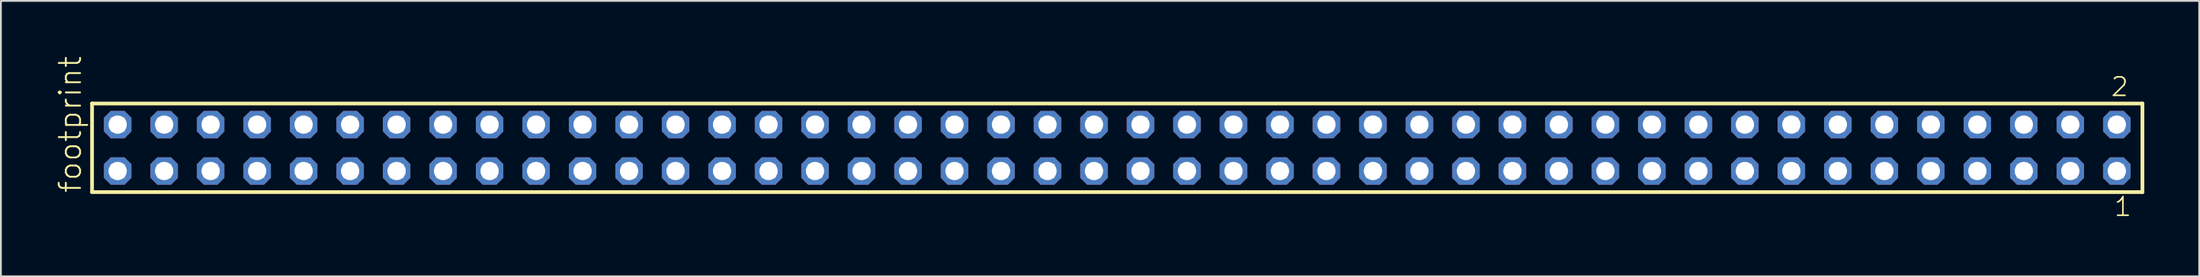
<source format=kicad_pcb>
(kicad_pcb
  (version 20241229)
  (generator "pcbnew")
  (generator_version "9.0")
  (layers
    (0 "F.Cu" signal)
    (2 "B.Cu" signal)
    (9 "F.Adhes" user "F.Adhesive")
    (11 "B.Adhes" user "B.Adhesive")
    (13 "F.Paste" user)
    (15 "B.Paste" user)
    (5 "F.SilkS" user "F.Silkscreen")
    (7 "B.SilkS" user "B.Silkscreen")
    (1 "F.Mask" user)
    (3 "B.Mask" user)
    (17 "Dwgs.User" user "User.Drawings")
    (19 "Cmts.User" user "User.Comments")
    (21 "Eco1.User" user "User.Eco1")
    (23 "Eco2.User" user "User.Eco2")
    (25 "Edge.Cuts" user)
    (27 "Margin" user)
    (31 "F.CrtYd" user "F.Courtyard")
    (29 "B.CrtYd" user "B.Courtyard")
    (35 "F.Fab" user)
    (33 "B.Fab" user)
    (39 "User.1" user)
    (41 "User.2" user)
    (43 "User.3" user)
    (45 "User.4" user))
  (footprint "footprint"
    (layer "F.Cu")
    (at 57.988 5.042)
    (property "Reference" "footprint" (at -56.515 2.54 90) (layer "F.SilkS") (effects (font (size 1.168 1.168) (thickness 0.102)) (justify left bottom)))
    (fp_line (start -56.009 -2.425) (end 56.009 -2.425) (stroke (width 0.203) (type solid)) (layer "F.SilkS"))
    (fp_line (start -56.009 2.425) (end -56.009 -2.425) (stroke (width 0.203) (type solid)) (layer "F.SilkS"))
    (fp_line (start 56.009 -2.425) (end 56.009 2.425) (stroke (width 0.203) (type solid)) (layer "F.SilkS"))
    (fp_line (start 56.009 2.425) (end -56.009 2.425) (stroke (width 0.203) (type solid)) (layer "F.SilkS"))
    (fp_poly (pts (xy -54.96 -0.92) (xy -54.26 -0.92) (xy -54.26 -1.62) (xy -54.96 -1.62)) (stroke (width 0.1) (type solid)) (fill no) (layer "F.Fab"))
    (fp_poly (pts (xy -54.96 1.62) (xy -54.26 1.62) (xy -54.26 0.92) (xy -54.96 0.92)) (stroke (width 0.1) (type solid)) (fill no) (layer "F.Fab"))
    (fp_poly (pts (xy -52.42 -0.92) (xy -51.72 -0.92) (xy -51.72 -1.62) (xy -52.42 -1.62)) (stroke (width 0.1) (type solid)) (fill no) (layer "F.Fab"))
    (fp_poly (pts (xy -52.42 1.62) (xy -51.72 1.62) (xy -51.72 0.92) (xy -52.42 0.92)) (stroke (width 0.1) (type solid)) (fill no) (layer "F.Fab"))
    (fp_poly (pts (xy -49.88 -0.92) (xy -49.18 -0.92) (xy -49.18 -1.62) (xy -49.88 -1.62)) (stroke (width 0.1) (type solid)) (fill no) (layer "F.Fab"))
    (fp_poly (pts (xy -49.88 1.62) (xy -49.18 1.62) (xy -49.18 0.92) (xy -49.88 0.92)) (stroke (width 0.1) (type solid)) (fill no) (layer "F.Fab"))
    (fp_poly (pts (xy -47.34 -0.92) (xy -46.64 -0.92) (xy -46.64 -1.62) (xy -47.34 -1.62)) (stroke (width 0.1) (type solid)) (fill no) (layer "F.Fab"))
    (fp_poly (pts (xy -47.34 1.62) (xy -46.64 1.62) (xy -46.64 0.92) (xy -47.34 0.92)) (stroke (width 0.1) (type solid)) (fill no) (layer "F.Fab"))
    (fp_poly (pts (xy -44.8 -0.92) (xy -44.1 -0.92) (xy -44.1 -1.62) (xy -44.8 -1.62)) (stroke (width 0.1) (type solid)) (fill no) (layer "F.Fab"))
    (fp_poly (pts (xy -44.8 1.62) (xy -44.1 1.62) (xy -44.1 0.92) (xy -44.8 0.92)) (stroke (width 0.1) (type solid)) (fill no) (layer "F.Fab"))
    (fp_poly (pts (xy -42.26 -0.92) (xy -41.56 -0.92) (xy -41.56 -1.62) (xy -42.26 -1.62)) (stroke (width 0.1) (type solid)) (fill no) (layer "F.Fab"))
    (fp_poly (pts (xy -42.26 1.62) (xy -41.56 1.62) (xy -41.56 0.92) (xy -42.26 0.92)) (stroke (width 0.1) (type solid)) (fill no) (layer "F.Fab"))
    (fp_poly (pts (xy -39.72 -0.92) (xy -39.02 -0.92) (xy -39.02 -1.62) (xy -39.72 -1.62)) (stroke (width 0.1) (type solid)) (fill no) (layer "F.Fab"))
    (fp_poly (pts (xy -39.72 1.62) (xy -39.02 1.62) (xy -39.02 0.92) (xy -39.72 0.92)) (stroke (width 0.1) (type solid)) (fill no) (layer "F.Fab"))
    (fp_poly (pts (xy -37.18 -0.92) (xy -36.48 -0.92) (xy -36.48 -1.62) (xy -37.18 -1.62)) (stroke (width 0.1) (type solid)) (fill no) (layer "F.Fab"))
    (fp_poly (pts (xy -37.18 1.62) (xy -36.48 1.62) (xy -36.48 0.92) (xy -37.18 0.92)) (stroke (width 0.1) (type solid)) (fill no) (layer "F.Fab"))
    (fp_poly (pts (xy -34.64 -0.92) (xy -33.94 -0.92) (xy -33.94 -1.62) (xy -34.64 -1.62)) (stroke (width 0.1) (type solid)) (fill no) (layer "F.Fab"))
    (fp_poly (pts (xy -34.64 1.62) (xy -33.94 1.62) (xy -33.94 0.92) (xy -34.64 0.92)) (stroke (width 0.1) (type solid)) (fill no) (layer "F.Fab"))
    (fp_poly (pts (xy -32.1 -0.92) (xy -31.4 -0.92) (xy -31.4 -1.62) (xy -32.1 -1.62)) (stroke (width 0.1) (type solid)) (fill no) (layer "F.Fab"))
    (fp_poly (pts (xy -32.1 1.62) (xy -31.4 1.62) (xy -31.4 0.92) (xy -32.1 0.92)) (stroke (width 0.1) (type solid)) (fill no) (layer "F.Fab"))
    (fp_poly (pts (xy -29.56 -0.92) (xy -28.86 -0.92) (xy -28.86 -1.62) (xy -29.56 -1.62)) (stroke (width 0.1) (type solid)) (fill no) (layer "F.Fab"))
    (fp_poly (pts (xy -29.56 1.62) (xy -28.86 1.62) (xy -28.86 0.92) (xy -29.56 0.92)) (stroke (width 0.1) (type solid)) (fill no) (layer "F.Fab"))
    (fp_poly (pts (xy -27.02 -0.92) (xy -26.32 -0.92) (xy -26.32 -1.62) (xy -27.02 -1.62)) (stroke (width 0.1) (type solid)) (fill no) (layer "F.Fab"))
    (fp_poly (pts (xy -27.02 1.62) (xy -26.32 1.62) (xy -26.32 0.92) (xy -27.02 0.92)) (stroke (width 0.1) (type solid)) (fill no) (layer "F.Fab"))
    (fp_poly (pts (xy -24.48 -0.92) (xy -23.78 -0.92) (xy -23.78 -1.62) (xy -24.48 -1.62)) (stroke (width 0.1) (type solid)) (fill no) (layer "F.Fab"))
    (fp_poly (pts (xy -24.48 1.62) (xy -23.78 1.62) (xy -23.78 0.92) (xy -24.48 0.92)) (stroke (width 0.1) (type solid)) (fill no) (layer "F.Fab"))
    (fp_poly (pts (xy -21.94 -0.92) (xy -21.24 -0.92) (xy -21.24 -1.62) (xy -21.94 -1.62)) (stroke (width 0.1) (type solid)) (fill no) (layer "F.Fab"))
    (fp_poly (pts (xy -21.94 1.62) (xy -21.24 1.62) (xy -21.24 0.92) (xy -21.94 0.92)) (stroke (width 0.1) (type solid)) (fill no) (layer "F.Fab"))
    (fp_poly (pts (xy -19.4 -0.92) (xy -18.7 -0.92) (xy -18.7 -1.62) (xy -19.4 -1.62)) (stroke (width 0.1) (type solid)) (fill no) (layer "F.Fab"))
    (fp_poly (pts (xy -19.4 1.62) (xy -18.7 1.62) (xy -18.7 0.92) (xy -19.4 0.92)) (stroke (width 0.1) (type solid)) (fill no) (layer "F.Fab"))
    (fp_poly (pts (xy -16.86 -0.92) (xy -16.16 -0.92) (xy -16.16 -1.62) (xy -16.86 -1.62)) (stroke (width 0.1) (type solid)) (fill no) (layer "F.Fab"))
    (fp_poly (pts (xy -16.86 1.62) (xy -16.16 1.62) (xy -16.16 0.92) (xy -16.86 0.92)) (stroke (width 0.1) (type solid)) (fill no) (layer "F.Fab"))
    (fp_poly (pts (xy -14.32 -0.92) (xy -13.62 -0.92) (xy -13.62 -1.62) (xy -14.32 -1.62)) (stroke (width 0.1) (type solid)) (fill no) (layer "F.Fab"))
    (fp_poly (pts (xy -14.32 1.62) (xy -13.62 1.62) (xy -13.62 0.92) (xy -14.32 0.92)) (stroke (width 0.1) (type solid)) (fill no) (layer "F.Fab"))
    (fp_poly (pts (xy -11.78 -0.92) (xy -11.08 -0.92) (xy -11.08 -1.62) (xy -11.78 -1.62)) (stroke (width 0.1) (type solid)) (fill no) (layer "F.Fab"))
    (fp_poly (pts (xy -11.78 1.62) (xy -11.08 1.62) (xy -11.08 0.92) (xy -11.78 0.92)) (stroke (width 0.1) (type solid)) (fill no) (layer "F.Fab"))
    (fp_poly (pts (xy -9.24 -0.92) (xy -8.54 -0.92) (xy -8.54 -1.62) (xy -9.24 -1.62)) (stroke (width 0.1) (type solid)) (fill no) (layer "F.Fab"))
    (fp_poly (pts (xy -9.24 1.62) (xy -8.54 1.62) (xy -8.54 0.92) (xy -9.24 0.92)) (stroke (width 0.1) (type solid)) (fill no) (layer "F.Fab"))
    (fp_poly (pts (xy -6.7 -0.92) (xy -6 -0.92) (xy -6 -1.62) (xy -6.7 -1.62)) (stroke (width 0.1) (type solid)) (fill no) (layer "F.Fab"))
    (fp_poly (pts (xy -6.7 1.62) (xy -6 1.62) (xy -6 0.92) (xy -6.7 0.92)) (stroke (width 0.1) (type solid)) (fill no) (layer "F.Fab"))
    (fp_poly (pts (xy -4.16 -0.92) (xy -3.46 -0.92) (xy -3.46 -1.62) (xy -4.16 -1.62)) (stroke (width 0.1) (type solid)) (fill no) (layer "F.Fab"))
    (fp_poly (pts (xy -4.16 1.62) (xy -3.46 1.62) (xy -3.46 0.92) (xy -4.16 0.92)) (stroke (width 0.1) (type solid)) (fill no) (layer "F.Fab"))
    (fp_poly (pts (xy -1.62 -0.92) (xy -0.92 -0.92) (xy -0.92 -1.62) (xy -1.62 -1.62)) (stroke (width 0.1) (type solid)) (fill no) (layer "F.Fab"))
    (fp_poly (pts (xy -1.62 1.62) (xy -0.92 1.62) (xy -0.92 0.92) (xy -1.62 0.92)) (stroke (width 0.1) (type solid)) (fill no) (layer "F.Fab"))
    (fp_poly (pts (xy 0.92 -0.92) (xy 1.62 -0.92) (xy 1.62 -1.62) (xy 0.92 -1.62)) (stroke (width 0.1) (type solid)) (fill no) (layer "F.Fab"))
    (fp_poly (pts (xy 0.92 1.62) (xy 1.62 1.62) (xy 1.62 0.92) (xy 0.92 0.92)) (stroke (width 0.1) (type solid)) (fill no) (layer "F.Fab"))
    (fp_poly (pts (xy 3.46 -0.92) (xy 4.16 -0.92) (xy 4.16 -1.62) (xy 3.46 -1.62)) (stroke (width 0.1) (type solid)) (fill no) (layer "F.Fab"))
    (fp_poly (pts (xy 3.46 1.62) (xy 4.16 1.62) (xy 4.16 0.92) (xy 3.46 0.92)) (stroke (width 0.1) (type solid)) (fill no) (layer "F.Fab"))
    (fp_poly (pts (xy 6 -0.92) (xy 6.7 -0.92) (xy 6.7 -1.62) (xy 6 -1.62)) (stroke (width 0.1) (type solid)) (fill no) (layer "F.Fab"))
    (fp_poly (pts (xy 6 1.62) (xy 6.7 1.62) (xy 6.7 0.92) (xy 6 0.92)) (stroke (width 0.1) (type solid)) (fill no) (layer "F.Fab"))
    (fp_poly (pts (xy 8.54 -0.92) (xy 9.24 -0.92) (xy 9.24 -1.62) (xy 8.54 -1.62)) (stroke (width 0.1) (type solid)) (fill no) (layer "F.Fab"))
    (fp_poly (pts (xy 8.54 1.62) (xy 9.24 1.62) (xy 9.24 0.92) (xy 8.54 0.92)) (stroke (width 0.1) (type solid)) (fill no) (layer "F.Fab"))
    (fp_poly (pts (xy 11.08 -0.92) (xy 11.78 -0.92) (xy 11.78 -1.62) (xy 11.08 -1.62)) (stroke (width 0.1) (type solid)) (fill no) (layer "F.Fab"))
    (fp_poly (pts (xy 11.08 1.62) (xy 11.78 1.62) (xy 11.78 0.92) (xy 11.08 0.92)) (stroke (width 0.1) (type solid)) (fill no) (layer "F.Fab"))
    (fp_poly (pts (xy 13.62 -0.92) (xy 14.32 -0.92) (xy 14.32 -1.62) (xy 13.62 -1.62)) (stroke (width 0.1) (type solid)) (fill no) (layer "F.Fab"))
    (fp_poly (pts (xy 13.62 1.62) (xy 14.32 1.62) (xy 14.32 0.92) (xy 13.62 0.92)) (stroke (width 0.1) (type solid)) (fill no) (layer "F.Fab"))
    (fp_poly (pts (xy 16.16 -0.92) (xy 16.86 -0.92) (xy 16.86 -1.62) (xy 16.16 -1.62)) (stroke (width 0.1) (type solid)) (fill no) (layer "F.Fab"))
    (fp_poly (pts (xy 16.16 1.62) (xy 16.86 1.62) (xy 16.86 0.92) (xy 16.16 0.92)) (stroke (width 0.1) (type solid)) (fill no) (layer "F.Fab"))
    (fp_poly (pts (xy 18.7 -0.92) (xy 19.4 -0.92) (xy 19.4 -1.62) (xy 18.7 -1.62)) (stroke (width 0.1) (type solid)) (fill no) (layer "F.Fab"))
    (fp_poly (pts (xy 18.7 1.62) (xy 19.4 1.62) (xy 19.4 0.92) (xy 18.7 0.92)) (stroke (width 0.1) (type solid)) (fill no) (layer "F.Fab"))
    (fp_poly (pts (xy 21.24 -0.92) (xy 21.94 -0.92) (xy 21.94 -1.62) (xy 21.24 -1.62)) (stroke (width 0.1) (type solid)) (fill no) (layer "F.Fab"))
    (fp_poly (pts (xy 21.24 1.62) (xy 21.94 1.62) (xy 21.94 0.92) (xy 21.24 0.92)) (stroke (width 0.1) (type solid)) (fill no) (layer "F.Fab"))
    (fp_poly (pts (xy 23.78 -0.92) (xy 24.48 -0.92) (xy 24.48 -1.62) (xy 23.78 -1.62)) (stroke (width 0.1) (type solid)) (fill no) (layer "F.Fab"))
    (fp_poly (pts (xy 23.78 1.62) (xy 24.48 1.62) (xy 24.48 0.92) (xy 23.78 0.92)) (stroke (width 0.1) (type solid)) (fill no) (layer "F.Fab"))
    (fp_poly (pts (xy 26.32 -0.92) (xy 27.02 -0.92) (xy 27.02 -1.62) (xy 26.32 -1.62)) (stroke (width 0.1) (type solid)) (fill no) (layer "F.Fab"))
    (fp_poly (pts (xy 26.32 1.62) (xy 27.02 1.62) (xy 27.02 0.92) (xy 26.32 0.92)) (stroke (width 0.1) (type solid)) (fill no) (layer "F.Fab"))
    (fp_poly (pts (xy 28.86 -0.92) (xy 29.56 -0.92) (xy 29.56 -1.62) (xy 28.86 -1.62)) (stroke (width 0.1) (type solid)) (fill no) (layer "F.Fab"))
    (fp_poly (pts (xy 28.86 1.62) (xy 29.56 1.62) (xy 29.56 0.92) (xy 28.86 0.92)) (stroke (width 0.1) (type solid)) (fill no) (layer "F.Fab"))
    (fp_poly (pts (xy 31.4 -0.92) (xy 32.1 -0.92) (xy 32.1 -1.62) (xy 31.4 -1.62)) (stroke (width 0.1) (type solid)) (fill no) (layer "F.Fab"))
    (fp_poly (pts (xy 31.4 1.62) (xy 32.1 1.62) (xy 32.1 0.92) (xy 31.4 0.92)) (stroke (width 0.1) (type solid)) (fill no) (layer "F.Fab"))
    (fp_poly (pts (xy 33.94 -0.92) (xy 34.64 -0.92) (xy 34.64 -1.62) (xy 33.94 -1.62)) (stroke (width 0.1) (type solid)) (fill no) (layer "F.Fab"))
    (fp_poly (pts (xy 33.94 1.62) (xy 34.64 1.62) (xy 34.64 0.92) (xy 33.94 0.92)) (stroke (width 0.1) (type solid)) (fill no) (layer "F.Fab"))
    (fp_poly (pts (xy 36.48 -0.92) (xy 37.18 -0.92) (xy 37.18 -1.62) (xy 36.48 -1.62)) (stroke (width 0.1) (type solid)) (fill no) (layer "F.Fab"))
    (fp_poly (pts (xy 36.48 1.62) (xy 37.18 1.62) (xy 37.18 0.92) (xy 36.48 0.92)) (stroke (width 0.1) (type solid)) (fill no) (layer "F.Fab"))
    (fp_poly (pts (xy 39.02 -0.92) (xy 39.72 -0.92) (xy 39.72 -1.62) (xy 39.02 -1.62)) (stroke (width 0.1) (type solid)) (fill no) (layer "F.Fab"))
    (fp_poly (pts (xy 39.02 1.62) (xy 39.72 1.62) (xy 39.72 0.92) (xy 39.02 0.92)) (stroke (width 0.1) (type solid)) (fill no) (layer "F.Fab"))
    (fp_poly (pts (xy 41.56 -0.92) (xy 42.26 -0.92) (xy 42.26 -1.62) (xy 41.56 -1.62)) (stroke (width 0.1) (type solid)) (fill no) (layer "F.Fab"))
    (fp_poly (pts (xy 41.56 1.62) (xy 42.26 1.62) (xy 42.26 0.92) (xy 41.56 0.92)) (stroke (width 0.1) (type solid)) (fill no) (layer "F.Fab"))
    (fp_poly (pts (xy 44.1 -0.92) (xy 44.8 -0.92) (xy 44.8 -1.62) (xy 44.1 -1.62)) (stroke (width 0.1) (type solid)) (fill no) (layer "F.Fab"))
    (fp_poly (pts (xy 44.1 1.62) (xy 44.8 1.62) (xy 44.8 0.92) (xy 44.1 0.92)) (stroke (width 0.1) (type solid)) (fill no) (layer "F.Fab"))
    (fp_poly (pts (xy 46.64 -0.92) (xy 47.34 -0.92) (xy 47.34 -1.62) (xy 46.64 -1.62)) (stroke (width 0.1) (type solid)) (fill no) (layer "F.Fab"))
    (fp_poly (pts (xy 46.64 1.62) (xy 47.34 1.62) (xy 47.34 0.92) (xy 46.64 0.92)) (stroke (width 0.1) (type solid)) (fill no) (layer "F.Fab"))
    (fp_poly (pts (xy 49.18 -0.92) (xy 49.88 -0.92) (xy 49.88 -1.62) (xy 49.18 -1.62)) (stroke (width 0.1) (type solid)) (fill no) (layer "F.Fab"))
    (fp_poly (pts (xy 49.18 1.62) (xy 49.88 1.62) (xy 49.88 0.92) (xy 49.18 0.92)) (stroke (width 0.1) (type solid)) (fill no) (layer "F.Fab"))
    (fp_poly (pts (xy 51.72 -0.92) (xy 52.42 -0.92) (xy 52.42 -1.62) (xy 51.72 -1.62)) (stroke (width 0.1) (type solid)) (fill no) (layer "F.Fab"))
    (fp_poly (pts (xy 51.72 1.62) (xy 52.42 1.62) (xy 52.42 0.92) (xy 51.72 0.92)) (stroke (width 0.1) (type solid)) (fill no) (layer "F.Fab"))
    (fp_poly (pts (xy 54.26 -0.92) (xy 54.96 -0.92) (xy 54.96 -1.62) (xy 54.26 -1.62)) (stroke (width 0.1) (type solid)) (fill no) (layer "F.Fab"))
    (fp_poly (pts (xy 54.26 1.62) (xy 54.96 1.62) (xy 54.96 0.92) (xy 54.26 0.92)) (stroke (width 0.1) (type solid)) (fill no) (layer "F.Fab"))
    (fp_text user "2" (at 54.227 -2.744 0) (layer "F.SilkS") (effects (font (size 1.012 1.012) (thickness 0.088)) (justify left bottom)))
    (fp_text user "1" (at 54.402 3.818 0) (layer "F.SilkS") (effects (font (size 1.012 1.012) (thickness 0.088)) (justify left bottom)))
    (pad "1" thru_hole roundrect (at 54.61 1.27 180) (size 1.5 1.5) (drill 1) (layers "*.Cu" "*.Mask") (roundrect_rratio 0.25) (chamfer_ratio 0.25) (chamfer top_left top_right bottom_left bottom_right))
    (pad "2" thru_hole roundrect (at 54.61 -1.27 180) (size 1.5 1.5) (drill 1) (layers "*.Cu" "*.Mask") (roundrect_rratio 0.25) (chamfer_ratio 0.25) (chamfer top_left top_right bottom_left bottom_right))
    (pad "3" thru_hole roundrect (at 52.07 1.27 180) (size 1.5 1.5) (drill 1) (layers "*.Cu" "*.Mask") (roundrect_rratio 0.25) (chamfer_ratio 0.25) (chamfer top_left top_right bottom_left bottom_right))
    (pad "4" thru_hole roundrect (at 52.07 -1.27 180) (size 1.5 1.5) (drill 1) (layers "*.Cu" "*.Mask") (roundrect_rratio 0.25) (chamfer_ratio 0.25) (chamfer top_left top_right bottom_left bottom_right))
    (pad "5" thru_hole roundrect (at 49.53 1.27 180) (size 1.5 1.5) (drill 1) (layers "*.Cu" "*.Mask") (roundrect_rratio 0.25) (chamfer_ratio 0.25) (chamfer top_left top_right bottom_left bottom_right))
    (pad "6" thru_hole roundrect (at 49.53 -1.27 180) (size 1.5 1.5) (drill 1) (layers "*.Cu" "*.Mask") (roundrect_rratio 0.25) (chamfer_ratio 0.25) (chamfer top_left top_right bottom_left bottom_right))
    (pad "7" thru_hole roundrect (at 46.99 1.27 180) (size 1.5 1.5) (drill 1) (layers "*.Cu" "*.Mask") (roundrect_rratio 0.25) (chamfer_ratio 0.25) (chamfer top_left top_right bottom_left bottom_right))
    (pad "8" thru_hole roundrect (at 46.99 -1.27 180) (size 1.5 1.5) (drill 1) (layers "*.Cu" "*.Mask") (roundrect_rratio 0.25) (chamfer_ratio 0.25) (chamfer top_left top_right bottom_left bottom_right))
    (pad "9" thru_hole roundrect (at 44.45 1.27 180) (size 1.5 1.5) (drill 1) (layers "*.Cu" "*.Mask") (roundrect_rratio 0.25) (chamfer_ratio 0.25) (chamfer top_left top_right bottom_left bottom_right))
    (pad "10" thru_hole roundrect (at 44.45 -1.27 180) (size 1.5 1.5) (drill 1) (layers "*.Cu" "*.Mask") (roundrect_rratio 0.25) (chamfer_ratio 0.25) (chamfer top_left top_right bottom_left bottom_right))
    (pad "11" thru_hole roundrect (at 41.91 1.27 180) (size 1.5 1.5) (drill 1) (layers "*.Cu" "*.Mask") (roundrect_rratio 0.25) (chamfer_ratio 0.25) (chamfer top_left top_right bottom_left bottom_right))
    (pad "12" thru_hole roundrect (at 41.91 -1.27 180) (size 1.5 1.5) (drill 1) (layers "*.Cu" "*.Mask") (roundrect_rratio 0.25) (chamfer_ratio 0.25) (chamfer top_left top_right bottom_left bottom_right))
    (pad "13" thru_hole roundrect (at 39.37 1.27 180) (size 1.5 1.5) (drill 1) (layers "*.Cu" "*.Mask") (roundrect_rratio 0.25) (chamfer_ratio 0.25) (chamfer top_left top_right bottom_left bottom_right))
    (pad "14" thru_hole roundrect (at 39.37 -1.27 180) (size 1.5 1.5) (drill 1) (layers "*.Cu" "*.Mask") (roundrect_rratio 0.25) (chamfer_ratio 0.25) (chamfer top_left top_right bottom_left bottom_right))
    (pad "15" thru_hole roundrect (at 36.83 1.27 180) (size 1.5 1.5) (drill 1) (layers "*.Cu" "*.Mask") (roundrect_rratio 0.25) (chamfer_ratio 0.25) (chamfer top_left top_right bottom_left bottom_right))
    (pad "16" thru_hole roundrect (at 36.83 -1.27 180) (size 1.5 1.5) (drill 1) (layers "*.Cu" "*.Mask") (roundrect_rratio 0.25) (chamfer_ratio 0.25) (chamfer top_left top_right bottom_left bottom_right))
    (pad "17" thru_hole roundrect (at 34.29 1.27 180) (size 1.5 1.5) (drill 1) (layers "*.Cu" "*.Mask") (roundrect_rratio 0.25) (chamfer_ratio 0.25) (chamfer top_left top_right bottom_left bottom_right))
    (pad "18" thru_hole roundrect (at 34.29 -1.27 180) (size 1.5 1.5) (drill 1) (layers "*.Cu" "*.Mask") (roundrect_rratio 0.25) (chamfer_ratio 0.25) (chamfer top_left top_right bottom_left bottom_right))
    (pad "19" thru_hole roundrect (at 31.75 1.27 180) (size 1.5 1.5) (drill 1) (layers "*.Cu" "*.Mask") (roundrect_rratio 0.25) (chamfer_ratio 0.25) (chamfer top_left top_right bottom_left bottom_right))
    (pad "20" thru_hole roundrect (at 31.75 -1.27 180) (size 1.5 1.5) (drill 1) (layers "*.Cu" "*.Mask") (roundrect_rratio 0.25) (chamfer_ratio 0.25) (chamfer top_left top_right bottom_left bottom_right))
    (pad "21" thru_hole roundrect (at 29.21 1.27 180) (size 1.5 1.5) (drill 1) (layers "*.Cu" "*.Mask") (roundrect_rratio 0.25) (chamfer_ratio 0.25) (chamfer top_left top_right bottom_left bottom_right))
    (pad "22" thru_hole roundrect (at 29.21 -1.27 180) (size 1.5 1.5) (drill 1) (layers "*.Cu" "*.Mask") (roundrect_rratio 0.25) (chamfer_ratio 0.25) (chamfer top_left top_right bottom_left bottom_right))
    (pad "23" thru_hole roundrect (at 26.67 1.27 180) (size 1.5 1.5) (drill 1) (layers "*.Cu" "*.Mask") (roundrect_rratio 0.25) (chamfer_ratio 0.25) (chamfer top_left top_right bottom_left bottom_right))
    (pad "24" thru_hole roundrect (at 26.67 -1.27 180) (size 1.5 1.5) (drill 1) (layers "*.Cu" "*.Mask") (roundrect_rratio 0.25) (chamfer_ratio 0.25) (chamfer top_left top_right bottom_left bottom_right))
    (pad "25" thru_hole roundrect (at 24.13 1.27 180) (size 1.5 1.5) (drill 1) (layers "*.Cu" "*.Mask") (roundrect_rratio 0.25) (chamfer_ratio 0.25) (chamfer top_left top_right bottom_left bottom_right))
    (pad "26" thru_hole roundrect (at 24.13 -1.27 180) (size 1.5 1.5) (drill 1) (layers "*.Cu" "*.Mask") (roundrect_rratio 0.25) (chamfer_ratio 0.25) (chamfer top_left top_right bottom_left bottom_right))
    (pad "27" thru_hole roundrect (at 21.59 1.27 180) (size 1.5 1.5) (drill 1) (layers "*.Cu" "*.Mask") (roundrect_rratio 0.25) (chamfer_ratio 0.25) (chamfer top_left top_right bottom_left bottom_right))
    (pad "28" thru_hole roundrect (at 21.59 -1.27 180) (size 1.5 1.5) (drill 1) (layers "*.Cu" "*.Mask") (roundrect_rratio 0.25) (chamfer_ratio 0.25) (chamfer top_left top_right bottom_left bottom_right))
    (pad "29" thru_hole roundrect (at 19.05 1.27 180) (size 1.5 1.5) (drill 1) (layers "*.Cu" "*.Mask") (roundrect_rratio 0.25) (chamfer_ratio 0.25) (chamfer top_left top_right bottom_left bottom_right))
    (pad "30" thru_hole roundrect (at 19.05 -1.27 180) (size 1.5 1.5) (drill 1) (layers "*.Cu" "*.Mask") (roundrect_rratio 0.25) (chamfer_ratio 0.25) (chamfer top_left top_right bottom_left bottom_right))
    (pad "31" thru_hole roundrect (at 16.51 1.27 180) (size 1.5 1.5) (drill 1) (layers "*.Cu" "*.Mask") (roundrect_rratio 0.25) (chamfer_ratio 0.25) (chamfer top_left top_right bottom_left bottom_right))
    (pad "32" thru_hole roundrect (at 16.51 -1.27 180) (size 1.5 1.5) (drill 1) (layers "*.Cu" "*.Mask") (roundrect_rratio 0.25) (chamfer_ratio 0.25) (chamfer top_left top_right bottom_left bottom_right))
    (pad "33" thru_hole roundrect (at 13.97 1.27 180) (size 1.5 1.5) (drill 1) (layers "*.Cu" "*.Mask") (roundrect_rratio 0.25) (chamfer_ratio 0.25) (chamfer top_left top_right bottom_left bottom_right))
    (pad "34" thru_hole roundrect (at 13.97 -1.27 180) (size 1.5 1.5) (drill 1) (layers "*.Cu" "*.Mask") (roundrect_rratio 0.25) (chamfer_ratio 0.25) (chamfer top_left top_right bottom_left bottom_right))
    (pad "35" thru_hole roundrect (at 11.43 1.27 180) (size 1.5 1.5) (drill 1) (layers "*.Cu" "*.Mask") (roundrect_rratio 0.25) (chamfer_ratio 0.25) (chamfer top_left top_right bottom_left bottom_right))
    (pad "36" thru_hole roundrect (at 11.43 -1.27 180) (size 1.5 1.5) (drill 1) (layers "*.Cu" "*.Mask") (roundrect_rratio 0.25) (chamfer_ratio 0.25) (chamfer top_left top_right bottom_left bottom_right))
    (pad "37" thru_hole roundrect (at 8.89 1.27 180) (size 1.5 1.5) (drill 1) (layers "*.Cu" "*.Mask") (roundrect_rratio 0.25) (chamfer_ratio 0.25) (chamfer top_left top_right bottom_left bottom_right))
    (pad "38" thru_hole roundrect (at 8.89 -1.27 180) (size 1.5 1.5) (drill 1) (layers "*.Cu" "*.Mask") (roundrect_rratio 0.25) (chamfer_ratio 0.25) (chamfer top_left top_right bottom_left bottom_right))
    (pad "39" thru_hole roundrect (at 6.35 1.27 180) (size 1.5 1.5) (drill 1) (layers "*.Cu" "*.Mask") (roundrect_rratio 0.25) (chamfer_ratio 0.25) (chamfer top_left top_right bottom_left bottom_right))
    (pad "40" thru_hole roundrect (at 6.35 -1.27 180) (size 1.5 1.5) (drill 1) (layers "*.Cu" "*.Mask") (roundrect_rratio 0.25) (chamfer_ratio 0.25) (chamfer top_left top_right bottom_left bottom_right))
    (pad "41" thru_hole roundrect (at 3.81 1.27 180) (size 1.5 1.5) (drill 1) (layers "*.Cu" "*.Mask") (roundrect_rratio 0.25) (chamfer_ratio 0.25) (chamfer top_left top_right bottom_left bottom_right))
    (pad "42" thru_hole roundrect (at 3.81 -1.27 180) (size 1.5 1.5) (drill 1) (layers "*.Cu" "*.Mask") (roundrect_rratio 0.25) (chamfer_ratio 0.25) (chamfer top_left top_right bottom_left bottom_right))
    (pad "43" thru_hole roundrect (at 1.27 1.27 180) (size 1.5 1.5) (drill 1) (layers "*.Cu" "*.Mask") (roundrect_rratio 0.25) (chamfer_ratio 0.25) (chamfer top_left top_right bottom_left bottom_right))
    (pad "44" thru_hole roundrect (at 1.27 -1.27 180) (size 1.5 1.5) (drill 1) (layers "*.Cu" "*.Mask") (roundrect_rratio 0.25) (chamfer_ratio 0.25) (chamfer top_left top_right bottom_left bottom_right))
    (pad "45" thru_hole roundrect (at -1.27 1.27 180) (size 1.5 1.5) (drill 1) (layers "*.Cu" "*.Mask") (roundrect_rratio 0.25) (chamfer_ratio 0.25) (chamfer top_left top_right bottom_left bottom_right))
    (pad "46" thru_hole roundrect (at -1.27 -1.27 180) (size 1.5 1.5) (drill 1) (layers "*.Cu" "*.Mask") (roundrect_rratio 0.25) (chamfer_ratio 0.25) (chamfer top_left top_right bottom_left bottom_right))
    (pad "47" thru_hole roundrect (at -3.81 1.27 180) (size 1.5 1.5) (drill 1) (layers "*.Cu" "*.Mask") (roundrect_rratio 0.25) (chamfer_ratio 0.25) (chamfer top_left top_right bottom_left bottom_right))
    (pad "48" thru_hole roundrect (at -3.81 -1.27 180) (size 1.5 1.5) (drill 1) (layers "*.Cu" "*.Mask") (roundrect_rratio 0.25) (chamfer_ratio 0.25) (chamfer top_left top_right bottom_left bottom_right))
    (pad "49" thru_hole roundrect (at -6.35 1.27 180) (size 1.5 1.5) (drill 1) (layers "*.Cu" "*.Mask") (roundrect_rratio 0.25) (chamfer_ratio 0.25) (chamfer top_left top_right bottom_left bottom_right))
    (pad "50" thru_hole roundrect (at -6.35 -1.27 180) (size 1.5 1.5) (drill 1) (layers "*.Cu" "*.Mask") (roundrect_rratio 0.25) (chamfer_ratio 0.25) (chamfer top_left top_right bottom_left bottom_right))
    (pad "51" thru_hole roundrect (at -8.89 1.27 180) (size 1.5 1.5) (drill 1) (layers "*.Cu" "*.Mask") (roundrect_rratio 0.25) (chamfer_ratio 0.25) (chamfer top_left top_right bottom_left bottom_right))
    (pad "52" thru_hole roundrect (at -8.89 -1.27 180) (size 1.5 1.5) (drill 1) (layers "*.Cu" "*.Mask") (roundrect_rratio 0.25) (chamfer_ratio 0.25) (chamfer top_left top_right bottom_left bottom_right))
    (pad "53" thru_hole roundrect (at -11.43 1.27 180) (size 1.5 1.5) (drill 1) (layers "*.Cu" "*.Mask") (roundrect_rratio 0.25) (chamfer_ratio 0.25) (chamfer top_left top_right bottom_left bottom_right))
    (pad "54" thru_hole roundrect (at -11.43 -1.27 180) (size 1.5 1.5) (drill 1) (layers "*.Cu" "*.Mask") (roundrect_rratio 0.25) (chamfer_ratio 0.25) (chamfer top_left top_right bottom_left bottom_right))
    (pad "55" thru_hole roundrect (at -13.97 1.27 180) (size 1.5 1.5) (drill 1) (layers "*.Cu" "*.Mask") (roundrect_rratio 0.25) (chamfer_ratio 0.25) (chamfer top_left top_right bottom_left bottom_right))
    (pad "56" thru_hole roundrect (at -13.97 -1.27 180) (size 1.5 1.5) (drill 1) (layers "*.Cu" "*.Mask") (roundrect_rratio 0.25) (chamfer_ratio 0.25) (chamfer top_left top_right bottom_left bottom_right))
    (pad "57" thru_hole roundrect (at -16.51 1.27 180) (size 1.5 1.5) (drill 1) (layers "*.Cu" "*.Mask") (roundrect_rratio 0.25) (chamfer_ratio 0.25) (chamfer top_left top_right bottom_left bottom_right))
    (pad "58" thru_hole roundrect (at -16.51 -1.27 180) (size 1.5 1.5) (drill 1) (layers "*.Cu" "*.Mask") (roundrect_rratio 0.25) (chamfer_ratio 0.25) (chamfer top_left top_right bottom_left bottom_right))
    (pad "59" thru_hole roundrect (at -19.05 1.27 180) (size 1.5 1.5) (drill 1) (layers "*.Cu" "*.Mask") (roundrect_rratio 0.25) (chamfer_ratio 0.25) (chamfer top_left top_right bottom_left bottom_right))
    (pad "60" thru_hole roundrect (at -19.05 -1.27 180) (size 1.5 1.5) (drill 1) (layers "*.Cu" "*.Mask") (roundrect_rratio 0.25) (chamfer_ratio 0.25) (chamfer top_left top_right bottom_left bottom_right))
    (pad "61" thru_hole roundrect (at -21.59 1.27 180) (size 1.5 1.5) (drill 1) (layers "*.Cu" "*.Mask") (roundrect_rratio 0.25) (chamfer_ratio 0.25) (chamfer top_left top_right bottom_left bottom_right))
    (pad "62" thru_hole roundrect (at -21.59 -1.27 180) (size 1.5 1.5) (drill 1) (layers "*.Cu" "*.Mask") (roundrect_rratio 0.25) (chamfer_ratio 0.25) (chamfer top_left top_right bottom_left bottom_right))
    (pad "63" thru_hole roundrect (at -24.13 1.27 180) (size 1.5 1.5) (drill 1) (layers "*.Cu" "*.Mask") (roundrect_rratio 0.25) (chamfer_ratio 0.25) (chamfer top_left top_right bottom_left bottom_right))
    (pad "64" thru_hole roundrect (at -24.13 -1.27 180) (size 1.5 1.5) (drill 1) (layers "*.Cu" "*.Mask") (roundrect_rratio 0.25) (chamfer_ratio 0.25) (chamfer top_left top_right bottom_left bottom_right))
    (pad "65" thru_hole roundrect (at -26.67 1.27 180) (size 1.5 1.5) (drill 1) (layers "*.Cu" "*.Mask") (roundrect_rratio 0.25) (chamfer_ratio 0.25) (chamfer top_left top_right bottom_left bottom_right))
    (pad "66" thru_hole roundrect (at -26.67 -1.27 180) (size 1.5 1.5) (drill 1) (layers "*.Cu" "*.Mask") (roundrect_rratio 0.25) (chamfer_ratio 0.25) (chamfer top_left top_right bottom_left bottom_right))
    (pad "67" thru_hole roundrect (at -29.21 1.27 180) (size 1.5 1.5) (drill 1) (layers "*.Cu" "*.Mask") (roundrect_rratio 0.25) (chamfer_ratio 0.25) (chamfer top_left top_right bottom_left bottom_right))
    (pad "68" thru_hole roundrect (at -29.21 -1.27 180) (size 1.5 1.5) (drill 1) (layers "*.Cu" "*.Mask") (roundrect_rratio 0.25) (chamfer_ratio 0.25) (chamfer top_left top_right bottom_left bottom_right))
    (pad "69" thru_hole roundrect (at -31.75 1.27 180) (size 1.5 1.5) (drill 1) (layers "*.Cu" "*.Mask") (roundrect_rratio 0.25) (chamfer_ratio 0.25) (chamfer top_left top_right bottom_left bottom_right))
    (pad "70" thru_hole roundrect (at -31.75 -1.27 180) (size 1.5 1.5) (drill 1) (layers "*.Cu" "*.Mask") (roundrect_rratio 0.25) (chamfer_ratio 0.25) (chamfer top_left top_right bottom_left bottom_right))
    (pad "71" thru_hole roundrect (at -34.29 1.27 180) (size 1.5 1.5) (drill 1) (layers "*.Cu" "*.Mask") (roundrect_rratio 0.25) (chamfer_ratio 0.25) (chamfer top_left top_right bottom_left bottom_right))
    (pad "72" thru_hole roundrect (at -34.29 -1.27 180) (size 1.5 1.5) (drill 1) (layers "*.Cu" "*.Mask") (roundrect_rratio 0.25) (chamfer_ratio 0.25) (chamfer top_left top_right bottom_left bottom_right))
    (pad "73" thru_hole roundrect (at -36.83 1.27 180) (size 1.5 1.5) (drill 1) (layers "*.Cu" "*.Mask") (roundrect_rratio 0.25) (chamfer_ratio 0.25) (chamfer top_left top_right bottom_left bottom_right))
    (pad "74" thru_hole roundrect (at -36.83 -1.27 180) (size 1.5 1.5) (drill 1) (layers "*.Cu" "*.Mask") (roundrect_rratio 0.25) (chamfer_ratio 0.25) (chamfer top_left top_right bottom_left bottom_right))
    (pad "75" thru_hole roundrect (at -39.37 1.27 180) (size 1.5 1.5) (drill 1) (layers "*.Cu" "*.Mask") (roundrect_rratio 0.25) (chamfer_ratio 0.25) (chamfer top_left top_right bottom_left bottom_right))
    (pad "76" thru_hole roundrect (at -39.37 -1.27 180) (size 1.5 1.5) (drill 1) (layers "*.Cu" "*.Mask") (roundrect_rratio 0.25) (chamfer_ratio 0.25) (chamfer top_left top_right bottom_left bottom_right))
    (pad "77" thru_hole roundrect (at -41.91 1.27 180) (size 1.5 1.5) (drill 1) (layers "*.Cu" "*.Mask") (roundrect_rratio 0.25) (chamfer_ratio 0.25) (chamfer top_left top_right bottom_left bottom_right))
    (pad "78" thru_hole roundrect (at -41.91 -1.27 180) (size 1.5 1.5) (drill 1) (layers "*.Cu" "*.Mask") (roundrect_rratio 0.25) (chamfer_ratio 0.25) (chamfer top_left top_right bottom_left bottom_right))
    (pad "79" thru_hole roundrect (at -44.45 1.27 180) (size 1.5 1.5) (drill 1) (layers "*.Cu" "*.Mask") (roundrect_rratio 0.25) (chamfer_ratio 0.25) (chamfer top_left top_right bottom_left bottom_right))
    (pad "80" thru_hole roundrect (at -44.45 -1.27 180) (size 1.5 1.5) (drill 1) (layers "*.Cu" "*.Mask") (roundrect_rratio 0.25) (chamfer_ratio 0.25) (chamfer top_left top_right bottom_left bottom_right))
    (pad "81" thru_hole roundrect (at -46.99 1.27 180) (size 1.5 1.5) (drill 1) (layers "*.Cu" "*.Mask") (roundrect_rratio 0.25) (chamfer_ratio 0.25) (chamfer top_left top_right bottom_left bottom_right))
    (pad "82" thru_hole roundrect (at -46.99 -1.27 180) (size 1.5 1.5) (drill 1) (layers "*.Cu" "*.Mask") (roundrect_rratio 0.25) (chamfer_ratio 0.25) (chamfer top_left top_right bottom_left bottom_right))
    (pad "83" thru_hole roundrect (at -49.53 1.27 180) (size 1.5 1.5) (drill 1) (layers "*.Cu" "*.Mask") (roundrect_rratio 0.25) (chamfer_ratio 0.25) (chamfer top_left top_right bottom_left bottom_right))
    (pad "84" thru_hole roundrect (at -49.53 -1.27 180) (size 1.5 1.5) (drill 1) (layers "*.Cu" "*.Mask") (roundrect_rratio 0.25) (chamfer_ratio 0.25) (chamfer top_left top_right bottom_left bottom_right))
    (pad "85" thru_hole roundrect (at -52.07 1.27 180) (size 1.5 1.5) (drill 1) (layers "*.Cu" "*.Mask") (roundrect_rratio 0.25) (chamfer_ratio 0.25) (chamfer top_left top_right bottom_left bottom_right))
    (pad "86" thru_hole roundrect (at -52.07 -1.27 180) (size 1.5 1.5) (drill 1) (layers "*.Cu" "*.Mask") (roundrect_rratio 0.25) (chamfer_ratio 0.25) (chamfer top_left top_right bottom_left bottom_right))
    (pad "87" thru_hole roundrect (at -54.61 1.27 180) (size 1.5 1.5) (drill 1) (layers "*.Cu" "*.Mask") (roundrect_rratio 0.25) (chamfer_ratio 0.25) (chamfer top_left top_right bottom_left bottom_right))
    (pad "88" thru_hole roundrect (at -54.61 -1.27 180) (size 1.5 1.5) (drill 1) (layers "*.Cu" "*.Mask") (roundrect_rratio 0.25) (chamfer_ratio 0.25) (chamfer top_left top_right bottom_left bottom_right)))
  (gr_rect
    (start -3 -3)
    (end 117.099 12.077)
    (stroke (width 0.1) (type default))
    (fill no)
    (layer "Edge.Cuts")))
</source>
